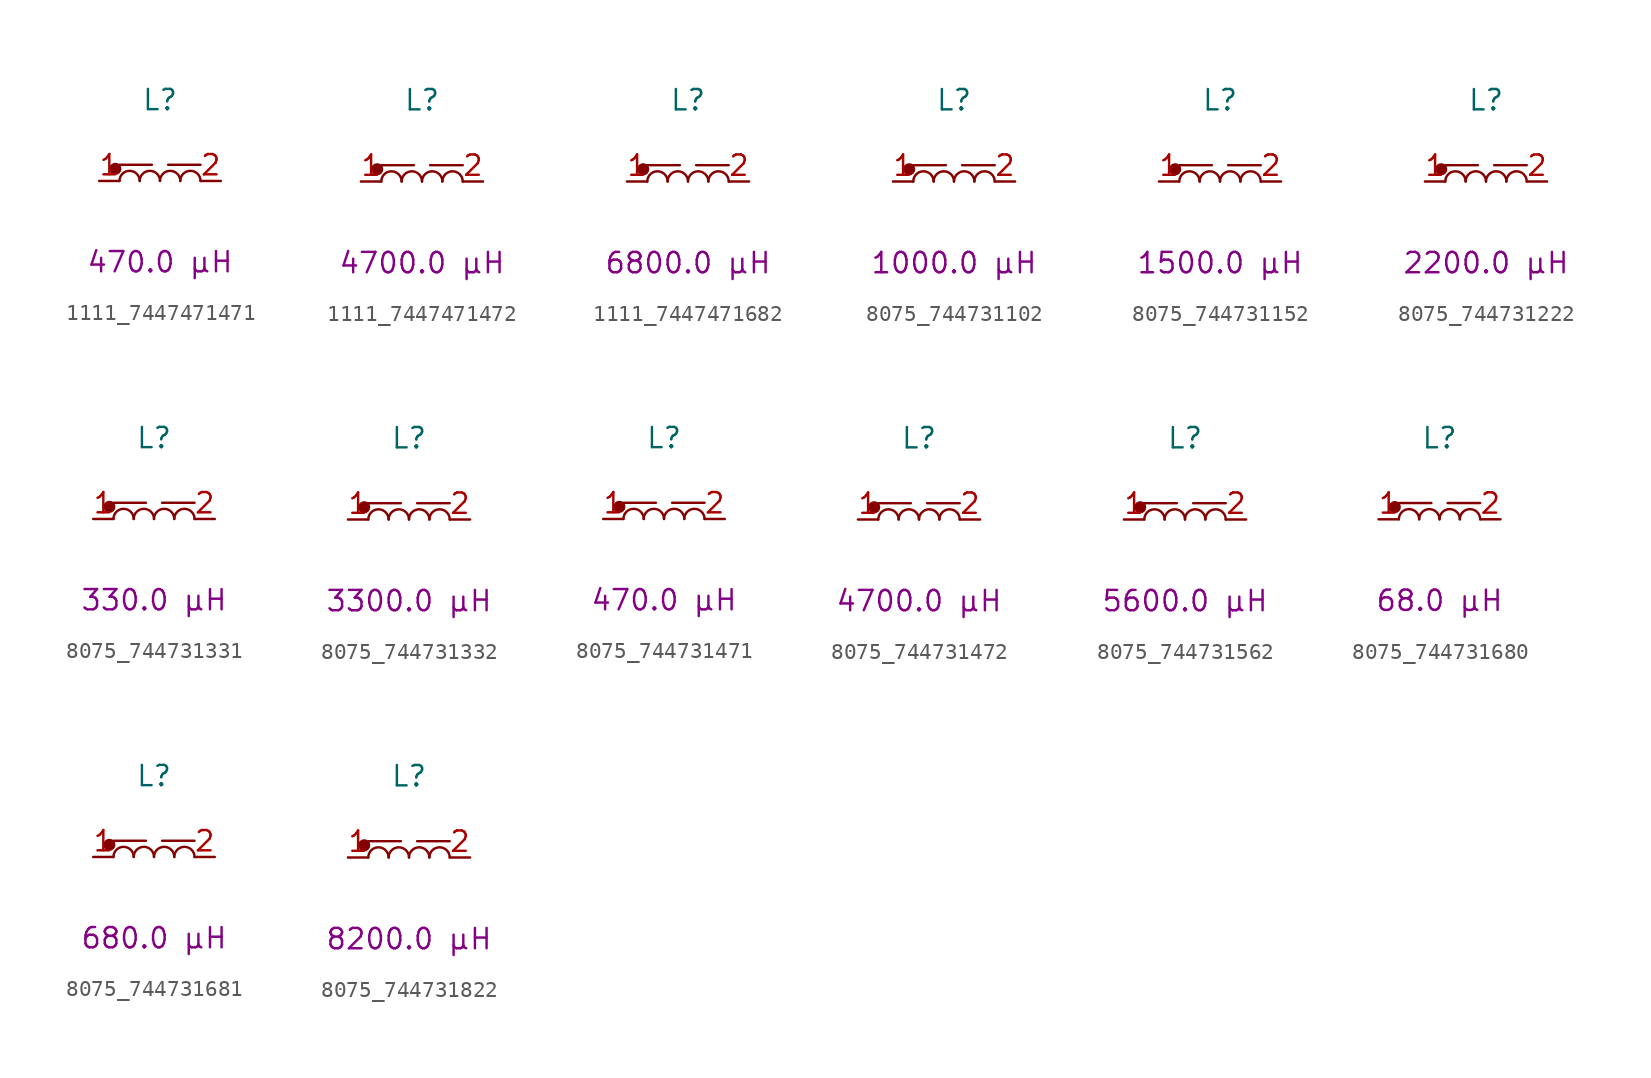
<source format=kicad_sym>
(kicad_symbol_lib
  (version 20220914)
  (generator kicad_symbol_editor)
  (symbol "1111_7447471471"
    (pin_names hide)
    (property "Reference" "L"
      (at 0 5.08 0)
      (effects (font (size 1.27 1.27))))
    (property "Critical Parameter" "470.0 µH"
      (at 0 -5.08 0)
      (effects (font (size 1.27 1.27))))
    (symbol "1111_7447471471_0_1"
      (arc (start -1.27 0) (mid -1.905 0.6323) (end -2.54 0) (stroke (width 0) (type default)) (fill (type none)))
      (arc (start 0 0) (mid -0.635 0.6323) (end -1.27 0) (stroke (width 0) (type default)) (fill (type none)))
      (polyline (pts (xy -2.54 1.016) (xy -0.508 1.016)) (stroke (width 0) (type default)) (fill (type none)))
      (arc (start 1.27 0) (mid 0.635 0.6323) (end 0 0) (stroke (width 0) (type default)) (fill (type none)))
      (arc (start 2.54 0) (mid 1.905 0.6323) (end 1.27 0) (stroke (width 0) (type default)) (fill (type none))))
    (symbol "1111_7447471471_1_1"
      (circle (center -2.794 0.762) (radius 0.0001) (stroke (width 0.381) (type default)) (fill (type none)))
      (polyline (pts (xy 2.54 1.016) (xy 0.508 1.016)) (stroke (width 0) (type default)) (fill (type none)))
      (pin passive line (at -3.81 0 0) (length 1.27) (name "1" (effects (font (size 1.27 1.27)))) (number "1" (effects (font (size 1.27 1.27)))))
      (pin passive line (at 3.81 0 180) (length 1.27) (name "2" (effects (font (size 1.27 1.27)))) (number "2" (effects (font (size 1.27 1.27)))))))
  (symbol "1111_7447471472"
    (pin_names hide)
    (property "Reference" "L"
      (at 0 5.08 0)
      (effects (font (size 1.27 1.27))))
    (property "Critical Parameter" "4700.0 µH"
      (at 0 -5.08 0)
      (effects (font (size 1.27 1.27))))
    (symbol "1111_7447471472_0_1"
      (arc (start -1.27 0) (mid -1.905 0.6323) (end -2.54 0) (stroke (width 0) (type default)) (fill (type none)))
      (arc (start 0 0) (mid -0.635 0.6323) (end -1.27 0) (stroke (width 0) (type default)) (fill (type none)))
      (polyline (pts (xy -2.54 1.016) (xy -0.508 1.016)) (stroke (width 0) (type default)) (fill (type none)))
      (arc (start 1.27 0) (mid 0.635 0.6323) (end 0 0) (stroke (width 0) (type default)) (fill (type none)))
      (arc (start 2.54 0) (mid 1.905 0.6323) (end 1.27 0) (stroke (width 0) (type default)) (fill (type none))))
    (symbol "1111_7447471472_1_1"
      (circle (center -2.794 0.762) (radius 0.0001) (stroke (width 0.381) (type default)) (fill (type none)))
      (polyline (pts (xy 2.54 1.016) (xy 0.508 1.016)) (stroke (width 0) (type default)) (fill (type none)))
      (pin passive line (at -3.81 0 0) (length 1.27) (name "1" (effects (font (size 1.27 1.27)))) (number "1" (effects (font (size 1.27 1.27)))))
      (pin passive line (at 3.81 0 180) (length 1.27) (name "2" (effects (font (size 1.27 1.27)))) (number "2" (effects (font (size 1.27 1.27)))))))
  (symbol "1111_7447471682"
    (pin_names hide)
    (property "Reference" "L"
      (at 0 5.08 0)
      (effects (font (size 1.27 1.27))))
    (property "Critical Parameter" "6800.0 µH"
      (at 0 -5.08 0)
      (effects (font (size 1.27 1.27))))
    (symbol "1111_7447471682_0_1"
      (arc (start -1.27 0) (mid -1.905 0.6323) (end -2.54 0) (stroke (width 0) (type default)) (fill (type none)))
      (arc (start 0 0) (mid -0.635 0.6323) (end -1.27 0) (stroke (width 0) (type default)) (fill (type none)))
      (polyline (pts (xy -2.54 1.016) (xy -0.508 1.016)) (stroke (width 0) (type default)) (fill (type none)))
      (arc (start 1.27 0) (mid 0.635 0.6323) (end 0 0) (stroke (width 0) (type default)) (fill (type none)))
      (arc (start 2.54 0) (mid 1.905 0.6323) (end 1.27 0) (stroke (width 0) (type default)) (fill (type none))))
    (symbol "1111_7447471682_1_1"
      (circle (center -2.794 0.762) (radius 0.0001) (stroke (width 0.381) (type default)) (fill (type none)))
      (polyline (pts (xy 2.54 1.016) (xy 0.508 1.016)) (stroke (width 0) (type default)) (fill (type none)))
      (pin passive line (at -3.81 0 0) (length 1.27) (name "1" (effects (font (size 1.27 1.27)))) (number "1" (effects (font (size 1.27 1.27)))))
      (pin passive line (at 3.81 0 180) (length 1.27) (name "2" (effects (font (size 1.27 1.27)))) (number "2" (effects (font (size 1.27 1.27)))))))
  (symbol "8075_744731102"
    (pin_names hide)
    (property "Reference" "L"
      (at 0 5.08 0)
      (effects (font (size 1.27 1.27))))
    (property "Critical Parameter" "1000.0 µH"
      (at 0 -5.08 0)
      (effects (font (size 1.27 1.27))))
    (symbol "8075_744731102_0_1"
      (arc (start -1.27 0) (mid -1.905 0.6323) (end -2.54 0) (stroke (width 0) (type default)) (fill (type none)))
      (arc (start 0 0) (mid -0.635 0.6323) (end -1.27 0) (stroke (width 0) (type default)) (fill (type none)))
      (polyline (pts (xy -2.54 1.016) (xy -0.508 1.016)) (stroke (width 0) (type default)) (fill (type none)))
      (arc (start 1.27 0) (mid 0.635 0.6323) (end 0 0) (stroke (width 0) (type default)) (fill (type none)))
      (arc (start 2.54 0) (mid 1.905 0.6323) (end 1.27 0) (stroke (width 0) (type default)) (fill (type none))))
    (symbol "8075_744731102_1_1"
      (circle (center -2.794 0.762) (radius 0.0001) (stroke (width 0.381) (type default)) (fill (type none)))
      (polyline (pts (xy 2.54 1.016) (xy 0.508 1.016)) (stroke (width 0) (type default)) (fill (type none)))
      (pin passive line (at -3.81 0 0) (length 1.27) (name "1" (effects (font (size 1.27 1.27)))) (number "1" (effects (font (size 1.27 1.27)))))
      (pin passive line (at 3.81 0 180) (length 1.27) (name "2" (effects (font (size 1.27 1.27)))) (number "2" (effects (font (size 1.27 1.27)))))))
  (symbol "8075_744731152"
    (pin_names hide)
    (property "Reference" "L"
      (at 0 5.08 0)
      (effects (font (size 1.27 1.27))))
    (property "Critical Parameter" "1500.0 µH"
      (at 0 -5.08 0)
      (effects (font (size 1.27 1.27))))
    (symbol "8075_744731152_0_1"
      (arc (start -1.27 0) (mid -1.905 0.6323) (end -2.54 0) (stroke (width 0) (type default)) (fill (type none)))
      (arc (start 0 0) (mid -0.635 0.6323) (end -1.27 0) (stroke (width 0) (type default)) (fill (type none)))
      (polyline (pts (xy -2.54 1.016) (xy -0.508 1.016)) (stroke (width 0) (type default)) (fill (type none)))
      (arc (start 1.27 0) (mid 0.635 0.6323) (end 0 0) (stroke (width 0) (type default)) (fill (type none)))
      (arc (start 2.54 0) (mid 1.905 0.6323) (end 1.27 0) (stroke (width 0) (type default)) (fill (type none))))
    (symbol "8075_744731152_1_1"
      (circle (center -2.794 0.762) (radius 0.0001) (stroke (width 0.381) (type default)) (fill (type none)))
      (polyline (pts (xy 2.54 1.016) (xy 0.508 1.016)) (stroke (width 0) (type default)) (fill (type none)))
      (pin passive line (at -3.81 0 0) (length 1.27) (name "1" (effects (font (size 1.27 1.27)))) (number "1" (effects (font (size 1.27 1.27)))))
      (pin passive line (at 3.81 0 180) (length 1.27) (name "2" (effects (font (size 1.27 1.27)))) (number "2" (effects (font (size 1.27 1.27)))))))
  (symbol "8075_744731222"
    (pin_names hide)
    (property "Reference" "L"
      (at 0 5.08 0)
      (effects (font (size 1.27 1.27))))
    (property "Critical Parameter" "2200.0 µH"
      (at 0 -5.08 0)
      (effects (font (size 1.27 1.27))))
    (symbol "8075_744731222_0_1"
      (arc (start -1.27 0) (mid -1.905 0.6323) (end -2.54 0) (stroke (width 0) (type default)) (fill (type none)))
      (arc (start 0 0) (mid -0.635 0.6323) (end -1.27 0) (stroke (width 0) (type default)) (fill (type none)))
      (polyline (pts (xy -2.54 1.016) (xy -0.508 1.016)) (stroke (width 0) (type default)) (fill (type none)))
      (arc (start 1.27 0) (mid 0.635 0.6323) (end 0 0) (stroke (width 0) (type default)) (fill (type none)))
      (arc (start 2.54 0) (mid 1.905 0.6323) (end 1.27 0) (stroke (width 0) (type default)) (fill (type none))))
    (symbol "8075_744731222_1_1"
      (circle (center -2.794 0.762) (radius 0.0001) (stroke (width 0.381) (type default)) (fill (type none)))
      (polyline (pts (xy 2.54 1.016) (xy 0.508 1.016)) (stroke (width 0) (type default)) (fill (type none)))
      (pin passive line (at -3.81 0 0) (length 1.27) (name "1" (effects (font (size 1.27 1.27)))) (number "1" (effects (font (size 1.27 1.27)))))
      (pin passive line (at 3.81 0 180) (length 1.27) (name "2" (effects (font (size 1.27 1.27)))) (number "2" (effects (font (size 1.27 1.27)))))))
  (symbol "8075_744731331"
    (pin_names hide)
    (property "Reference" "L"
      (at 0 5.08 0)
      (effects (font (size 1.27 1.27))))
    (property "Critical Parameter" "330.0 µH"
      (at 0 -5.08 0)
      (effects (font (size 1.27 1.27))))
    (symbol "8075_744731331_0_1"
      (arc (start -1.27 0) (mid -1.905 0.6323) (end -2.54 0) (stroke (width 0) (type default)) (fill (type none)))
      (arc (start 0 0) (mid -0.635 0.6323) (end -1.27 0) (stroke (width 0) (type default)) (fill (type none)))
      (polyline (pts (xy -2.54 1.016) (xy -0.508 1.016)) (stroke (width 0) (type default)) (fill (type none)))
      (arc (start 1.27 0) (mid 0.635 0.6323) (end 0 0) (stroke (width 0) (type default)) (fill (type none)))
      (arc (start 2.54 0) (mid 1.905 0.6323) (end 1.27 0) (stroke (width 0) (type default)) (fill (type none))))
    (symbol "8075_744731331_1_1"
      (circle (center -2.794 0.762) (radius 0.0001) (stroke (width 0.381) (type default)) (fill (type none)))
      (polyline (pts (xy 2.54 1.016) (xy 0.508 1.016)) (stroke (width 0) (type default)) (fill (type none)))
      (pin passive line (at -3.81 0 0) (length 1.27) (name "1" (effects (font (size 1.27 1.27)))) (number "1" (effects (font (size 1.27 1.27)))))
      (pin passive line (at 3.81 0 180) (length 1.27) (name "2" (effects (font (size 1.27 1.27)))) (number "2" (effects (font (size 1.27 1.27)))))))
  (symbol "8075_744731332"
    (pin_names hide)
    (property "Reference" "L"
      (at 0 5.08 0)
      (effects (font (size 1.27 1.27))))
    (property "Critical Parameter" "3300.0 µH"
      (at 0 -5.08 0)
      (effects (font (size 1.27 1.27))))
    (symbol "8075_744731332_0_1"
      (arc (start -1.27 0) (mid -1.905 0.6323) (end -2.54 0) (stroke (width 0) (type default)) (fill (type none)))
      (arc (start 0 0) (mid -0.635 0.6323) (end -1.27 0) (stroke (width 0) (type default)) (fill (type none)))
      (polyline (pts (xy -2.54 1.016) (xy -0.508 1.016)) (stroke (width 0) (type default)) (fill (type none)))
      (arc (start 1.27 0) (mid 0.635 0.6323) (end 0 0) (stroke (width 0) (type default)) (fill (type none)))
      (arc (start 2.54 0) (mid 1.905 0.6323) (end 1.27 0) (stroke (width 0) (type default)) (fill (type none))))
    (symbol "8075_744731332_1_1"
      (circle (center -2.794 0.762) (radius 0.0001) (stroke (width 0.381) (type default)) (fill (type none)))
      (polyline (pts (xy 2.54 1.016) (xy 0.508 1.016)) (stroke (width 0) (type default)) (fill (type none)))
      (pin passive line (at -3.81 0 0) (length 1.27) (name "1" (effects (font (size 1.27 1.27)))) (number "1" (effects (font (size 1.27 1.27)))))
      (pin passive line (at 3.81 0 180) (length 1.27) (name "2" (effects (font (size 1.27 1.27)))) (number "2" (effects (font (size 1.27 1.27)))))))
  (symbol "8075_744731471"
    (pin_names hide)
    (property "Reference" "L"
      (at 0 5.08 0)
      (effects (font (size 1.27 1.27))))
    (property "Critical Parameter" "470.0 µH"
      (at 0 -5.08 0)
      (effects (font (size 1.27 1.27))))
    (symbol "8075_744731471_0_1"
      (arc (start -1.27 0) (mid -1.905 0.6323) (end -2.54 0) (stroke (width 0) (type default)) (fill (type none)))
      (arc (start 0 0) (mid -0.635 0.6323) (end -1.27 0) (stroke (width 0) (type default)) (fill (type none)))
      (polyline (pts (xy -2.54 1.016) (xy -0.508 1.016)) (stroke (width 0) (type default)) (fill (type none)))
      (arc (start 1.27 0) (mid 0.635 0.6323) (end 0 0) (stroke (width 0) (type default)) (fill (type none)))
      (arc (start 2.54 0) (mid 1.905 0.6323) (end 1.27 0) (stroke (width 0) (type default)) (fill (type none))))
    (symbol "8075_744731471_1_1"
      (circle (center -2.794 0.762) (radius 0.0001) (stroke (width 0.381) (type default)) (fill (type none)))
      (polyline (pts (xy 2.54 1.016) (xy 0.508 1.016)) (stroke (width 0) (type default)) (fill (type none)))
      (pin passive line (at -3.81 0 0) (length 1.27) (name "1" (effects (font (size 1.27 1.27)))) (number "1" (effects (font (size 1.27 1.27)))))
      (pin passive line (at 3.81 0 180) (length 1.27) (name "2" (effects (font (size 1.27 1.27)))) (number "2" (effects (font (size 1.27 1.27)))))))
  (symbol "8075_744731472"
    (pin_names hide)
    (property "Reference" "L"
      (at 0 5.08 0)
      (effects (font (size 1.27 1.27))))
    (property "Critical Parameter" "4700.0 µH"
      (at 0 -5.08 0)
      (effects (font (size 1.27 1.27))))
    (symbol "8075_744731472_0_1"
      (arc (start -1.27 0) (mid -1.905 0.6323) (end -2.54 0) (stroke (width 0) (type default)) (fill (type none)))
      (arc (start 0 0) (mid -0.635 0.6323) (end -1.27 0) (stroke (width 0) (type default)) (fill (type none)))
      (polyline (pts (xy -2.54 1.016) (xy -0.508 1.016)) (stroke (width 0) (type default)) (fill (type none)))
      (arc (start 1.27 0) (mid 0.635 0.6323) (end 0 0) (stroke (width 0) (type default)) (fill (type none)))
      (arc (start 2.54 0) (mid 1.905 0.6323) (end 1.27 0) (stroke (width 0) (type default)) (fill (type none))))
    (symbol "8075_744731472_1_1"
      (circle (center -2.794 0.762) (radius 0.0001) (stroke (width 0.381) (type default)) (fill (type none)))
      (polyline (pts (xy 2.54 1.016) (xy 0.508 1.016)) (stroke (width 0) (type default)) (fill (type none)))
      (pin passive line (at -3.81 0 0) (length 1.27) (name "1" (effects (font (size 1.27 1.27)))) (number "1" (effects (font (size 1.27 1.27)))))
      (pin passive line (at 3.81 0 180) (length 1.27) (name "2" (effects (font (size 1.27 1.27)))) (number "2" (effects (font (size 1.27 1.27)))))))
  (symbol "8075_744731562"
    (pin_names hide)
    (property "Reference" "L"
      (at 0 5.08 0)
      (effects (font (size 1.27 1.27))))
    (property "Critical Parameter" "5600.0 µH"
      (at 0 -5.08 0)
      (effects (font (size 1.27 1.27))))
    (symbol "8075_744731562_0_1"
      (arc (start -1.27 0) (mid -1.905 0.6323) (end -2.54 0) (stroke (width 0) (type default)) (fill (type none)))
      (arc (start 0 0) (mid -0.635 0.6323) (end -1.27 0) (stroke (width 0) (type default)) (fill (type none)))
      (polyline (pts (xy -2.54 1.016) (xy -0.508 1.016)) (stroke (width 0) (type default)) (fill (type none)))
      (arc (start 1.27 0) (mid 0.635 0.6323) (end 0 0) (stroke (width 0) (type default)) (fill (type none)))
      (arc (start 2.54 0) (mid 1.905 0.6323) (end 1.27 0) (stroke (width 0) (type default)) (fill (type none))))
    (symbol "8075_744731562_1_1"
      (circle (center -2.794 0.762) (radius 0.0001) (stroke (width 0.381) (type default)) (fill (type none)))
      (polyline (pts (xy 2.54 1.016) (xy 0.508 1.016)) (stroke (width 0) (type default)) (fill (type none)))
      (pin passive line (at -3.81 0 0) (length 1.27) (name "1" (effects (font (size 1.27 1.27)))) (number "1" (effects (font (size 1.27 1.27)))))
      (pin passive line (at 3.81 0 180) (length 1.27) (name "2" (effects (font (size 1.27 1.27)))) (number "2" (effects (font (size 1.27 1.27)))))))
  (symbol "8075_744731680"
    (pin_names hide)
    (property "Reference" "L"
      (at 0 5.08 0)
      (effects (font (size 1.27 1.27))))
    (property "Critical Parameter" "68.0 µH"
      (at 0 -5.08 0)
      (effects (font (size 1.27 1.27))))
    (symbol "8075_744731680_0_1"
      (arc (start -1.27 0) (mid -1.905 0.6323) (end -2.54 0) (stroke (width 0) (type default)) (fill (type none)))
      (arc (start 0 0) (mid -0.635 0.6323) (end -1.27 0) (stroke (width 0) (type default)) (fill (type none)))
      (polyline (pts (xy -2.54 1.016) (xy -0.508 1.016)) (stroke (width 0) (type default)) (fill (type none)))
      (arc (start 1.27 0) (mid 0.635 0.6323) (end 0 0) (stroke (width 0) (type default)) (fill (type none)))
      (arc (start 2.54 0) (mid 1.905 0.6323) (end 1.27 0) (stroke (width 0) (type default)) (fill (type none))))
    (symbol "8075_744731680_1_1"
      (circle (center -2.794 0.762) (radius 0.0001) (stroke (width 0.381) (type default)) (fill (type none)))
      (polyline (pts (xy 2.54 1.016) (xy 0.508 1.016)) (stroke (width 0) (type default)) (fill (type none)))
      (pin passive line (at -3.81 0 0) (length 1.27) (name "1" (effects (font (size 1.27 1.27)))) (number "1" (effects (font (size 1.27 1.27)))))
      (pin passive line (at 3.81 0 180) (length 1.27) (name "2" (effects (font (size 1.27 1.27)))) (number "2" (effects (font (size 1.27 1.27)))))))
  (symbol "8075_744731681"
    (pin_names hide)
    (property "Reference" "L"
      (at 0 5.08 0)
      (effects (font (size 1.27 1.27))))
    (property "Critical Parameter" "680.0 µH"
      (at 0 -5.08 0)
      (effects (font (size 1.27 1.27))))
    (symbol "8075_744731681_0_1"
      (arc (start -1.27 0) (mid -1.905 0.6323) (end -2.54 0) (stroke (width 0) (type default)) (fill (type none)))
      (arc (start 0 0) (mid -0.635 0.6323) (end -1.27 0) (stroke (width 0) (type default)) (fill (type none)))
      (polyline (pts (xy -2.54 1.016) (xy -0.508 1.016)) (stroke (width 0) (type default)) (fill (type none)))
      (arc (start 1.27 0) (mid 0.635 0.6323) (end 0 0) (stroke (width 0) (type default)) (fill (type none)))
      (arc (start 2.54 0) (mid 1.905 0.6323) (end 1.27 0) (stroke (width 0) (type default)) (fill (type none))))
    (symbol "8075_744731681_1_1"
      (circle (center -2.794 0.762) (radius 0.0001) (stroke (width 0.381) (type default)) (fill (type none)))
      (polyline (pts (xy 2.54 1.016) (xy 0.508 1.016)) (stroke (width 0) (type default)) (fill (type none)))
      (pin passive line (at -3.81 0 0) (length 1.27) (name "1" (effects (font (size 1.27 1.27)))) (number "1" (effects (font (size 1.27 1.27)))))
      (pin passive line (at 3.81 0 180) (length 1.27) (name "2" (effects (font (size 1.27 1.27)))) (number "2" (effects (font (size 1.27 1.27)))))))
  (symbol "8075_744731822"
    (pin_names hide)
    (property "Reference" "L"
      (at 0 5.08 0)
      (effects (font (size 1.27 1.27))))
    (property "Critical Parameter" "8200.0 µH"
      (at 0 -5.08 0)
      (effects (font (size 1.27 1.27))))
    (symbol "8075_744731822_0_1"
      (arc (start -1.27 0) (mid -1.905 0.6323) (end -2.54 0) (stroke (width 0) (type default)) (fill (type none)))
      (arc (start 0 0) (mid -0.635 0.6323) (end -1.27 0) (stroke (width 0) (type default)) (fill (type none)))
      (polyline (pts (xy -2.54 1.016) (xy -0.508 1.016)) (stroke (width 0) (type default)) (fill (type none)))
      (arc (start 1.27 0) (mid 0.635 0.6323) (end 0 0) (stroke (width 0) (type default)) (fill (type none)))
      (arc (start 2.54 0) (mid 1.905 0.6323) (end 1.27 0) (stroke (width 0) (type default)) (fill (type none))))
    (symbol "8075_744731822_1_1"
      (circle (center -2.794 0.762) (radius 0.0001) (stroke (width 0.381) (type default)) (fill (type none)))
      (polyline (pts (xy 2.54 1.016) (xy 0.508 1.016)) (stroke (width 0) (type default)) (fill (type none)))
      (pin passive line (at -3.81 0 0) (length 1.27) (name "1" (effects (font (size 1.27 1.27)))) (number "1" (effects (font (size 1.27 1.27)))))
      (pin passive line (at 3.81 0 180) (length 1.27) (name "2" (effects (font (size 1.27 1.27)))) (number "2" (effects (font (size 1.27 1.27))))))))
</source>
